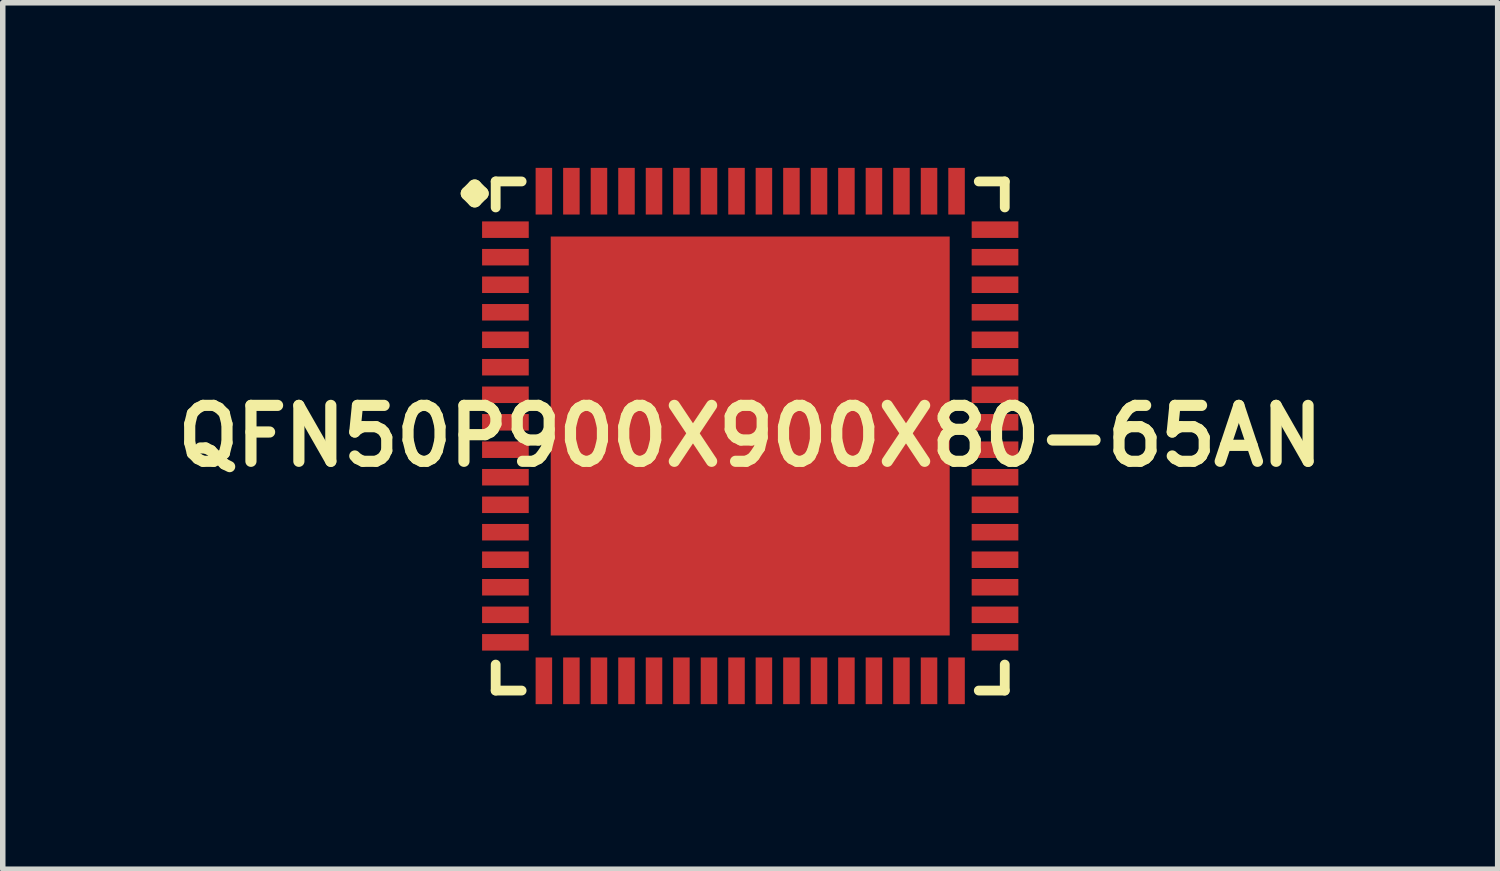
<source format=kicad_pcb>
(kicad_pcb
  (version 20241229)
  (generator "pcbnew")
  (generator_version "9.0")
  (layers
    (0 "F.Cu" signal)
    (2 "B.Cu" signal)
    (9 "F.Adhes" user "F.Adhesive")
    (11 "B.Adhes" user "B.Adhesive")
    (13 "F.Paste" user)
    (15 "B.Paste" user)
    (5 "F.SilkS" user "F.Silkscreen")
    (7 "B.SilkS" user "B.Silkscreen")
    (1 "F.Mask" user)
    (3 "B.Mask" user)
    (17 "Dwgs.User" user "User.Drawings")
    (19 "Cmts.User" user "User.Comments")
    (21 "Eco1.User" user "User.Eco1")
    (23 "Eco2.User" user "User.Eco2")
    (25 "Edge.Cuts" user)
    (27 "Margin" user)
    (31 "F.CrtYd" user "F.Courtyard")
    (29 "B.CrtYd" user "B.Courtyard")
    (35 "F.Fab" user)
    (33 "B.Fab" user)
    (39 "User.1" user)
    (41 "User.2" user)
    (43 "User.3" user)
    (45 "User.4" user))
  (footprint "QFN50P900X900X80-65AN"
    (layer "F.Cu")
    (at 10.581 4.872)
    (property "Reference" "QFN50P900X900X80-65AN" (at 0 0 0) (layer "F.SilkS") (effects (font (size 1.016 1.016) (thickness 0.203))))
    (attr smd)
    (fp_line (start -5.133 -4.407) (end -5.006 -4.534) (stroke (width 0.254) (type solid)) (layer "F.SilkS"))
    (fp_line (start -5.006 -4.534) (end -4.879 -4.407) (stroke (width 0.254) (type solid)) (layer "F.SilkS"))
    (fp_line (start -5.006 -4.28) (end -5.133 -4.407) (stroke (width 0.254) (type solid)) (layer "F.SilkS"))
    (fp_line (start -4.879 -4.407) (end -5.006 -4.28) (stroke (width 0.254) (type solid)) (layer "F.SilkS"))
    (fp_line (start -4.625 -4.625) (end -4.153 -4.625) (stroke (width 0.178) (type solid)) (layer "F.SilkS"))
    (fp_line (start -4.625 -4.153) (end -4.625 -4.625) (stroke (width 0.178) (type solid)) (layer "F.SilkS"))
    (fp_line (start -4.625 4.153) (end -4.625 4.625) (stroke (width 0.178) (type solid)) (layer "F.SilkS"))
    (fp_line (start -4.625 4.625) (end -4.153 4.625) (stroke (width 0.178) (type solid)) (layer "F.SilkS"))
    (fp_line (start 4.153 -4.625) (end 4.625 -4.625) (stroke (width 0.178) (type solid)) (layer "F.SilkS"))
    (fp_line (start 4.153 4.625) (end 4.625 4.625) (stroke (width 0.178) (type solid)) (layer "F.SilkS"))
    (fp_line (start 4.625 -4.625) (end 4.625 -4.153) (stroke (width 0.178) (type solid)) (layer "F.SilkS"))
    (fp_line (start 4.625 4.625) (end 4.625 4.153) (stroke (width 0.178) (type solid)) (layer "F.SilkS"))
    (pad "1" smd rect (at -4.448 -3.749) (size 0.848 0.3) (layers "F.Cu" "F.Mask" "F.Paste"))
    (pad "2" smd rect (at -4.448 -3.249) (size 0.848 0.3) (layers "F.Cu" "F.Mask" "F.Paste"))
    (pad "3" smd rect (at -4.448 -2.748) (size 0.848 0.3) (layers "F.Cu" "F.Mask" "F.Paste"))
    (pad "4" smd rect (at -4.448 -2.248) (size 0.848 0.3) (layers "F.Cu" "F.Mask" "F.Paste"))
    (pad "5" smd rect (at -4.448 -1.748) (size 0.848 0.3) (layers "F.Cu" "F.Mask" "F.Paste"))
    (pad "6" smd rect (at -4.448 -1.25) (size 0.848 0.3) (layers "F.Cu" "F.Mask" "F.Paste"))
    (pad "7" smd rect (at -4.448 -0.749) (size 0.848 0.3) (layers "F.Cu" "F.Mask" "F.Paste"))
    (pad "8" smd rect (at -4.448 -0.249) (size 0.848 0.3) (layers "F.Cu" "F.Mask" "F.Paste"))
    (pad "9" smd rect (at -4.448 0.249) (size 0.848 0.3) (layers "F.Cu" "F.Mask" "F.Paste"))
    (pad "10" smd rect (at -4.448 0.749) (size 0.848 0.3) (layers "F.Cu" "F.Mask" "F.Paste"))
    (pad "11" smd rect (at -4.448 1.25) (size 0.848 0.3) (layers "F.Cu" "F.Mask" "F.Paste"))
    (pad "12" smd rect (at -4.448 1.748) (size 0.848 0.3) (layers "F.Cu" "F.Mask" "F.Paste"))
    (pad "13" smd rect (at -4.448 2.248) (size 0.848 0.3) (layers "F.Cu" "F.Mask" "F.Paste"))
    (pad "14" smd rect (at -4.448 2.748) (size 0.848 0.3) (layers "F.Cu" "F.Mask" "F.Paste"))
    (pad "15" smd rect (at -4.448 3.249) (size 0.848 0.3) (layers "F.Cu" "F.Mask" "F.Paste"))
    (pad "16" smd rect (at -4.448 3.749) (size 0.848 0.3) (layers "F.Cu" "F.Mask" "F.Paste"))
    (pad "17" smd rect (at -3.749 4.448) (size 0.3 0.848) (layers "F.Cu" "F.Mask" "F.Paste"))
    (pad "18" smd rect (at -3.249 4.448) (size 0.3 0.848) (layers "F.Cu" "F.Mask" "F.Paste"))
    (pad "19" smd rect (at -2.748 4.448) (size 0.3 0.848) (layers "F.Cu" "F.Mask" "F.Paste"))
    (pad "20" smd rect (at -2.248 4.448) (size 0.3 0.848) (layers "F.Cu" "F.Mask" "F.Paste"))
    (pad "21" smd rect (at -1.748 4.448) (size 0.3 0.848) (layers "F.Cu" "F.Mask" "F.Paste"))
    (pad "22" smd rect (at -1.25 4.448) (size 0.3 0.848) (layers "F.Cu" "F.Mask" "F.Paste"))
    (pad "23" smd rect (at -0.749 4.448) (size 0.3 0.848) (layers "F.Cu" "F.Mask" "F.Paste"))
    (pad "24" smd rect (at -0.249 4.448) (size 0.3 0.848) (layers "F.Cu" "F.Mask" "F.Paste"))
    (pad "25" smd rect (at 0.249 4.448) (size 0.3 0.848) (layers "F.Cu" "F.Mask" "F.Paste"))
    (pad "26" smd rect (at 0.749 4.448) (size 0.3 0.848) (layers "F.Cu" "F.Mask" "F.Paste"))
    (pad "27" smd rect (at 1.25 4.448) (size 0.3 0.848) (layers "F.Cu" "F.Mask" "F.Paste"))
    (pad "28" smd rect (at 1.748 4.448) (size 0.3 0.848) (layers "F.Cu" "F.Mask" "F.Paste"))
    (pad "29" smd rect (at 2.248 4.448) (size 0.3 0.848) (layers "F.Cu" "F.Mask" "F.Paste"))
    (pad "30" smd rect (at 2.748 4.448) (size 0.3 0.848) (layers "F.Cu" "F.Mask" "F.Paste"))
    (pad "31" smd rect (at 3.249 4.448) (size 0.3 0.848) (layers "F.Cu" "F.Mask" "F.Paste"))
    (pad "32" smd rect (at 3.749 4.448) (size 0.3 0.848) (layers "F.Cu" "F.Mask" "F.Paste"))
    (pad "33" smd rect (at 4.448 3.749) (size 0.848 0.3) (layers "F.Cu" "F.Mask" "F.Paste"))
    (pad "34" smd rect (at 4.448 3.249) (size 0.848 0.3) (layers "F.Cu" "F.Mask" "F.Paste"))
    (pad "35" smd rect (at 4.448 2.748) (size 0.848 0.3) (layers "F.Cu" "F.Mask" "F.Paste"))
    (pad "36" smd rect (at 4.448 2.248) (size 0.848 0.3) (layers "F.Cu" "F.Mask" "F.Paste"))
    (pad "37" smd rect (at 4.448 1.748) (size 0.848 0.3) (layers "F.Cu" "F.Mask" "F.Paste"))
    (pad "38" smd rect (at 4.448 1.25) (size 0.848 0.3) (layers "F.Cu" "F.Mask" "F.Paste"))
    (pad "39" smd rect (at 4.448 0.749) (size 0.848 0.3) (layers "F.Cu" "F.Mask" "F.Paste"))
    (pad "40" smd rect (at 4.448 0.249) (size 0.848 0.3) (layers "F.Cu" "F.Mask" "F.Paste"))
    (pad "41" smd rect (at 4.448 -0.249) (size 0.848 0.3) (layers "F.Cu" "F.Mask" "F.Paste"))
    (pad "42" smd rect (at 4.448 -0.749) (size 0.848 0.3) (layers "F.Cu" "F.Mask" "F.Paste"))
    (pad "43" smd rect (at 4.448 -1.25) (size 0.848 0.3) (layers "F.Cu" "F.Mask" "F.Paste"))
    (pad "44" smd rect (at 4.448 -1.748) (size 0.848 0.3) (layers "F.Cu" "F.Mask" "F.Paste"))
    (pad "45" smd rect (at 4.448 -2.248) (size 0.848 0.3) (layers "F.Cu" "F.Mask" "F.Paste"))
    (pad "46" smd rect (at 4.448 -2.748) (size 0.848 0.3) (layers "F.Cu" "F.Mask" "F.Paste"))
    (pad "47" smd rect (at 4.448 -3.249) (size 0.848 0.3) (layers "F.Cu" "F.Mask" "F.Paste"))
    (pad "48" smd rect (at 4.448 -3.749) (size 0.848 0.3) (layers "F.Cu" "F.Mask" "F.Paste"))
    (pad "49" smd rect (at 3.749 -4.448) (size 0.3 0.848) (layers "F.Cu" "F.Mask" "F.Paste"))
    (pad "50" smd rect (at 3.249 -4.448) (size 0.3 0.848) (layers "F.Cu" "F.Mask" "F.Paste"))
    (pad "51" smd rect (at 2.748 -4.448) (size 0.3 0.848) (layers "F.Cu" "F.Mask" "F.Paste"))
    (pad "52" smd rect (at 2.248 -4.448) (size 0.3 0.848) (layers "F.Cu" "F.Mask" "F.Paste"))
    (pad "53" smd rect (at 1.748 -4.448) (size 0.3 0.848) (layers "F.Cu" "F.Mask" "F.Paste"))
    (pad "54" smd rect (at 1.25 -4.448) (size 0.3 0.848) (layers "F.Cu" "F.Mask" "F.Paste"))
    (pad "55" smd rect (at 0.749 -4.448) (size 0.3 0.848) (layers "F.Cu" "F.Mask" "F.Paste"))
    (pad "56" smd rect (at 0.249 -4.448) (size 0.3 0.848) (layers "F.Cu" "F.Mask" "F.Paste"))
    (pad "57" smd rect (at -0.249 -4.448) (size 0.3 0.848) (layers "F.Cu" "F.Mask" "F.Paste"))
    (pad "58" smd rect (at -0.749 -4.448) (size 0.3 0.848) (layers "F.Cu" "F.Mask" "F.Paste"))
    (pad "59" smd rect (at -1.25 -4.448) (size 0.3 0.848) (layers "F.Cu" "F.Mask" "F.Paste"))
    (pad "60" smd rect (at -1.748 -4.448) (size 0.3 0.848) (layers "F.Cu" "F.Mask" "F.Paste"))
    (pad "61" smd rect (at -2.248 -4.448) (size 0.3 0.848) (layers "F.Cu" "F.Mask" "F.Paste"))
    (pad "62" smd rect (at -2.748 -4.448) (size 0.3 0.848) (layers "F.Cu" "F.Mask" "F.Paste"))
    (pad "63" smd rect (at -3.249 -4.448) (size 0.3 0.848) (layers "F.Cu" "F.Mask" "F.Paste"))
    (pad "64" smd rect (at -3.749 -4.448) (size 0.3 0.848) (layers "F.Cu" "F.Mask" "F.Paste"))
    (pad "65" smd rect (at 0 0) (size 7.249 7.249) (layers "F.Cu" "F.Mask" "F.Paste")))
  (gr_rect
    (start -3 -3)
    (end 24.162 12.743)
    (stroke (width 0.1) (type default))
    (fill no)
    (layer "Edge.Cuts")))
</source>
